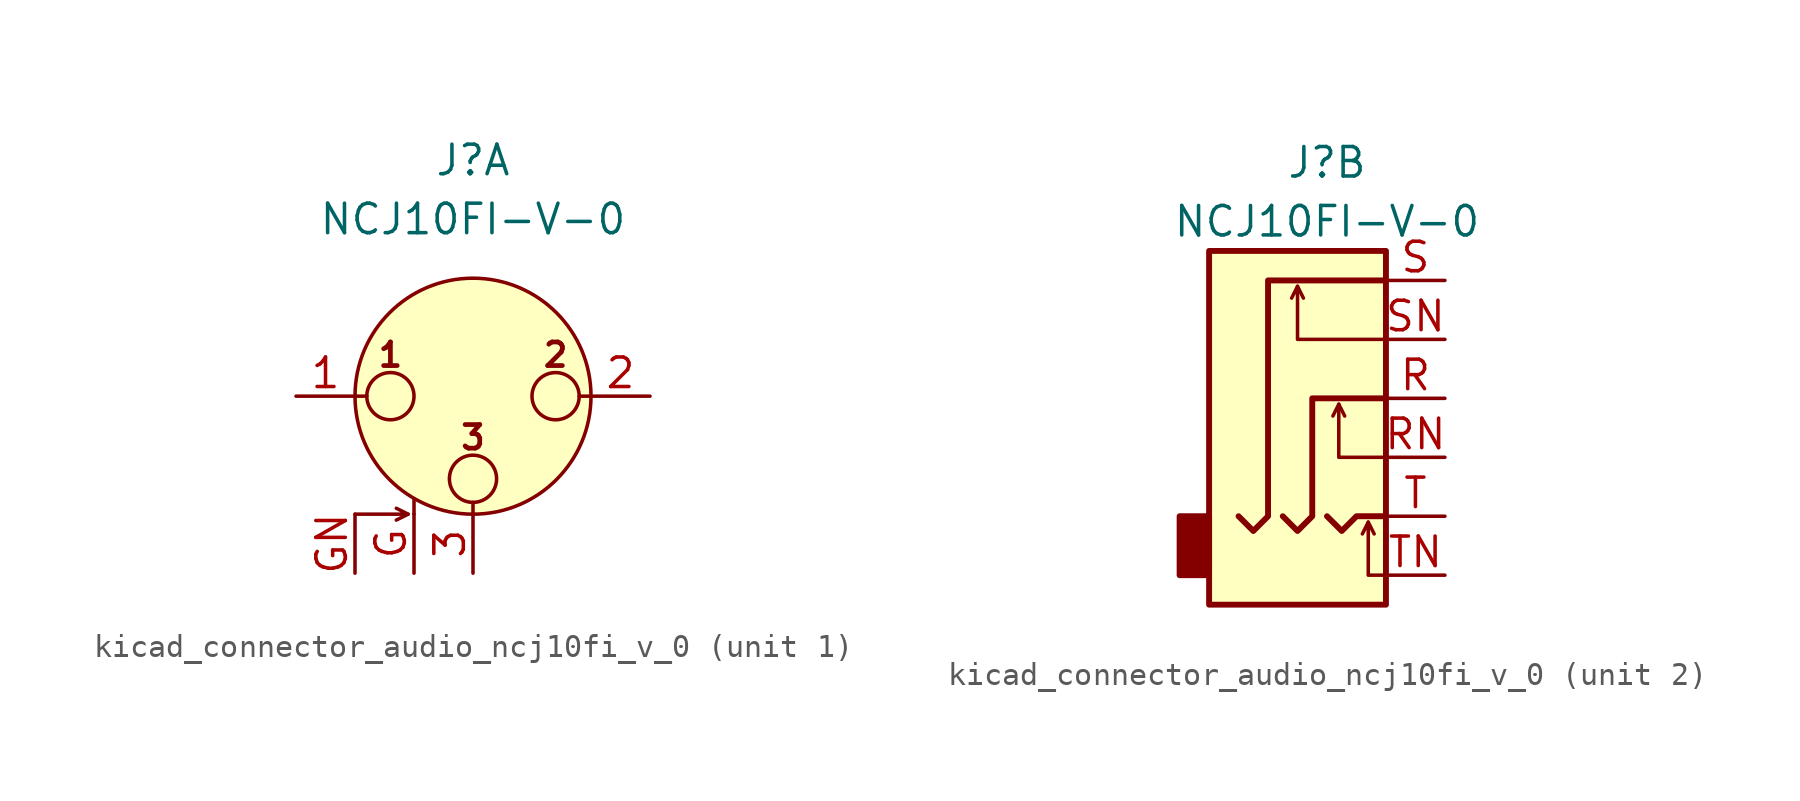
<source format=kicad_sym>
(kicad_symbol_lib
  (version 20220914)
  (generator kicad_symbol_editor)
  (symbol "kicad_connector_audio_ncj10fi_v_0"
    (pin_names hide)
    (property "Reference" "J"
      (at 0 10.16 0)
      (effects (font (size 1.27 1.27))))
    (property "Value" "NCJ10FI-V-0"
      (at 0 7.62 0)
      (effects (font (size 1.27 1.27))))
    (symbol "kicad_connector_audio_ncj10fi_v_0_1_1"
      (circle (center -3.556 0) (radius 1.016) (stroke (width 0) (type default)) (fill (type none)))
      (circle (center 0 -3.556) (radius 1.016) (stroke (width 0) (type default)) (fill (type none)))
      (polyline (pts (xy -5.08 0) (xy -4.572 0)) (stroke (width 0) (type default)) (fill (type none)))
      (polyline (pts (xy -2.794 -5.08) (xy -3.302 -5.334)) (stroke (width 0) (type default)) (fill (type none)))
      (polyline (pts (xy -2.54 -5.08) (xy -2.54 -4.445)) (stroke (width 0) (type default)) (fill (type none)))
      (polyline (pts (xy 0 -5.08) (xy 0 -4.572)) (stroke (width 0) (type default)) (fill (type none)))
      (polyline (pts (xy 5.08 0) (xy 4.572 0)) (stroke (width 0) (type default)) (fill (type none)))
      (polyline (pts (xy -5.08 -5.08) (xy -2.794 -5.08) (xy -3.302 -4.826)) (stroke (width 0) (type default)) (fill (type none)))
      (circle (center 0 0) (radius 5.08) (stroke (width 0) (type default)) (fill (type background)))
      (circle (center 3.556 0) (radius 1.016) (stroke (width 0) (type default)) (fill (type none)))
      (text "1" (at -3.556 1.778 0) (effects (font (size 1.016 1.016) bold)))
      (text "2" (at 3.556 1.778 0) (effects (font (size 1.016 1.016) bold)))
      (text "3" (at 0 -1.778 0) (effects (font (size 1.016 1.016) bold)))
      (pin passive line (at -7.62 0 0) (length 2.54) (name "~" (effects (font (size 1.27 1.27)))) (number "1" (effects (font (size 1.27 1.27)))))
      (pin passive line (at 7.62 0 180) (length 2.54) (name "~" (effects (font (size 1.27 1.27)))) (number "2" (effects (font (size 1.27 1.27)))))
      (pin passive line (at 0 -7.62 90) (length 2.54) (name "~" (effects (font (size 1.27 1.27)))) (number "3" (effects (font (size 1.27 1.27)))))
      (pin passive line (at -2.54 -7.62 90) (length 2.54) (name "~" (effects (font (size 1.27 1.27)))) (number "G" (effects (font (size 1.27 1.27)))))
      (pin passive line (at -5.08 -7.62 90) (length 2.54) (name "~" (effects (font (size 1.27 1.27)))) (number "GN" (effects (font (size 1.27 1.27))))))
    (symbol "kicad_connector_audio_ncj10fi_v_0_2_1"
      (rectangle (start -5.08 -5.08) (end -6.35 -7.62) (stroke (width 0.254) (type default)) (fill (type outline)))
      (polyline (pts (xy -1.27 4.826) (xy -1.016 4.318)) (stroke (width 0) (type default)) (fill (type none)))
      (polyline (pts (xy 0.508 -0.254) (xy 0.762 -0.762)) (stroke (width 0) (type default)) (fill (type none)))
      (polyline (pts (xy 1.778 -5.334) (xy 2.032 -5.842)) (stroke (width 0) (type default)) (fill (type none)))
      (polyline (pts (xy 0 -5.08) (xy 0.635 -5.715) (xy 1.27 -5.08) (xy 2.54 -5.08)) (stroke (width 0.254) (type default)) (fill (type none)))
      (polyline (pts (xy 2.54 -7.62) (xy 1.778 -7.62) (xy 1.778 -5.334) (xy 1.524 -5.842)) (stroke (width 0) (type default)) (fill (type none)))
      (polyline (pts (xy 2.54 -2.54) (xy 0.508 -2.54) (xy 0.508 -0.254) (xy 0.254 -0.762)) (stroke (width 0) (type default)) (fill (type none)))
      (polyline (pts (xy 2.54 2.54) (xy -1.27 2.54) (xy -1.27 4.826) (xy -1.524 4.318)) (stroke (width 0) (type default)) (fill (type none)))
      (polyline (pts (xy -1.905 -5.08) (xy -1.27 -5.715) (xy -0.635 -5.08) (xy -0.635 0) (xy 2.54 0)) (stroke (width 0.254) (type default)) (fill (type none)))
      (polyline (pts (xy 2.54 5.08) (xy -2.54 5.08) (xy -2.54 -5.08) (xy -3.175 -5.715) (xy -3.81 -5.08)) (stroke (width 0.254) (type default)) (fill (type none)))
      (rectangle (start 2.54 6.35) (end -5.08 -8.89) (stroke (width 0.254) (type default)) (fill (type background)))
      (pin passive line (at 5.08 0 180) (length 2.54) (name "~" (effects (font (size 1.27 1.27)))) (number "R" (effects (font (size 1.27 1.27)))))
      (pin passive line (at 5.08 -2.54 180) (length 2.54) (name "~" (effects (font (size 1.27 1.27)))) (number "RN" (effects (font (size 1.27 1.27)))))
      (pin passive line (at 5.08 5.08 180) (length 2.54) (name "~" (effects (font (size 1.27 1.27)))) (number "S" (effects (font (size 1.27 1.27)))))
      (pin passive line (at 5.08 2.54 180) (length 2.54) (name "~" (effects (font (size 1.27 1.27)))) (number "SN" (effects (font (size 1.27 1.27)))))
      (pin passive line (at 5.08 -5.08 180) (length 2.54) (name "~" (effects (font (size 1.27 1.27)))) (number "T" (effects (font (size 1.27 1.27)))))
      (pin passive line (at 5.08 -7.62 180) (length 2.54) (name "~" (effects (font (size 1.27 1.27)))) (number "TN" (effects (font (size 1.27 1.27))))))))
</source>
